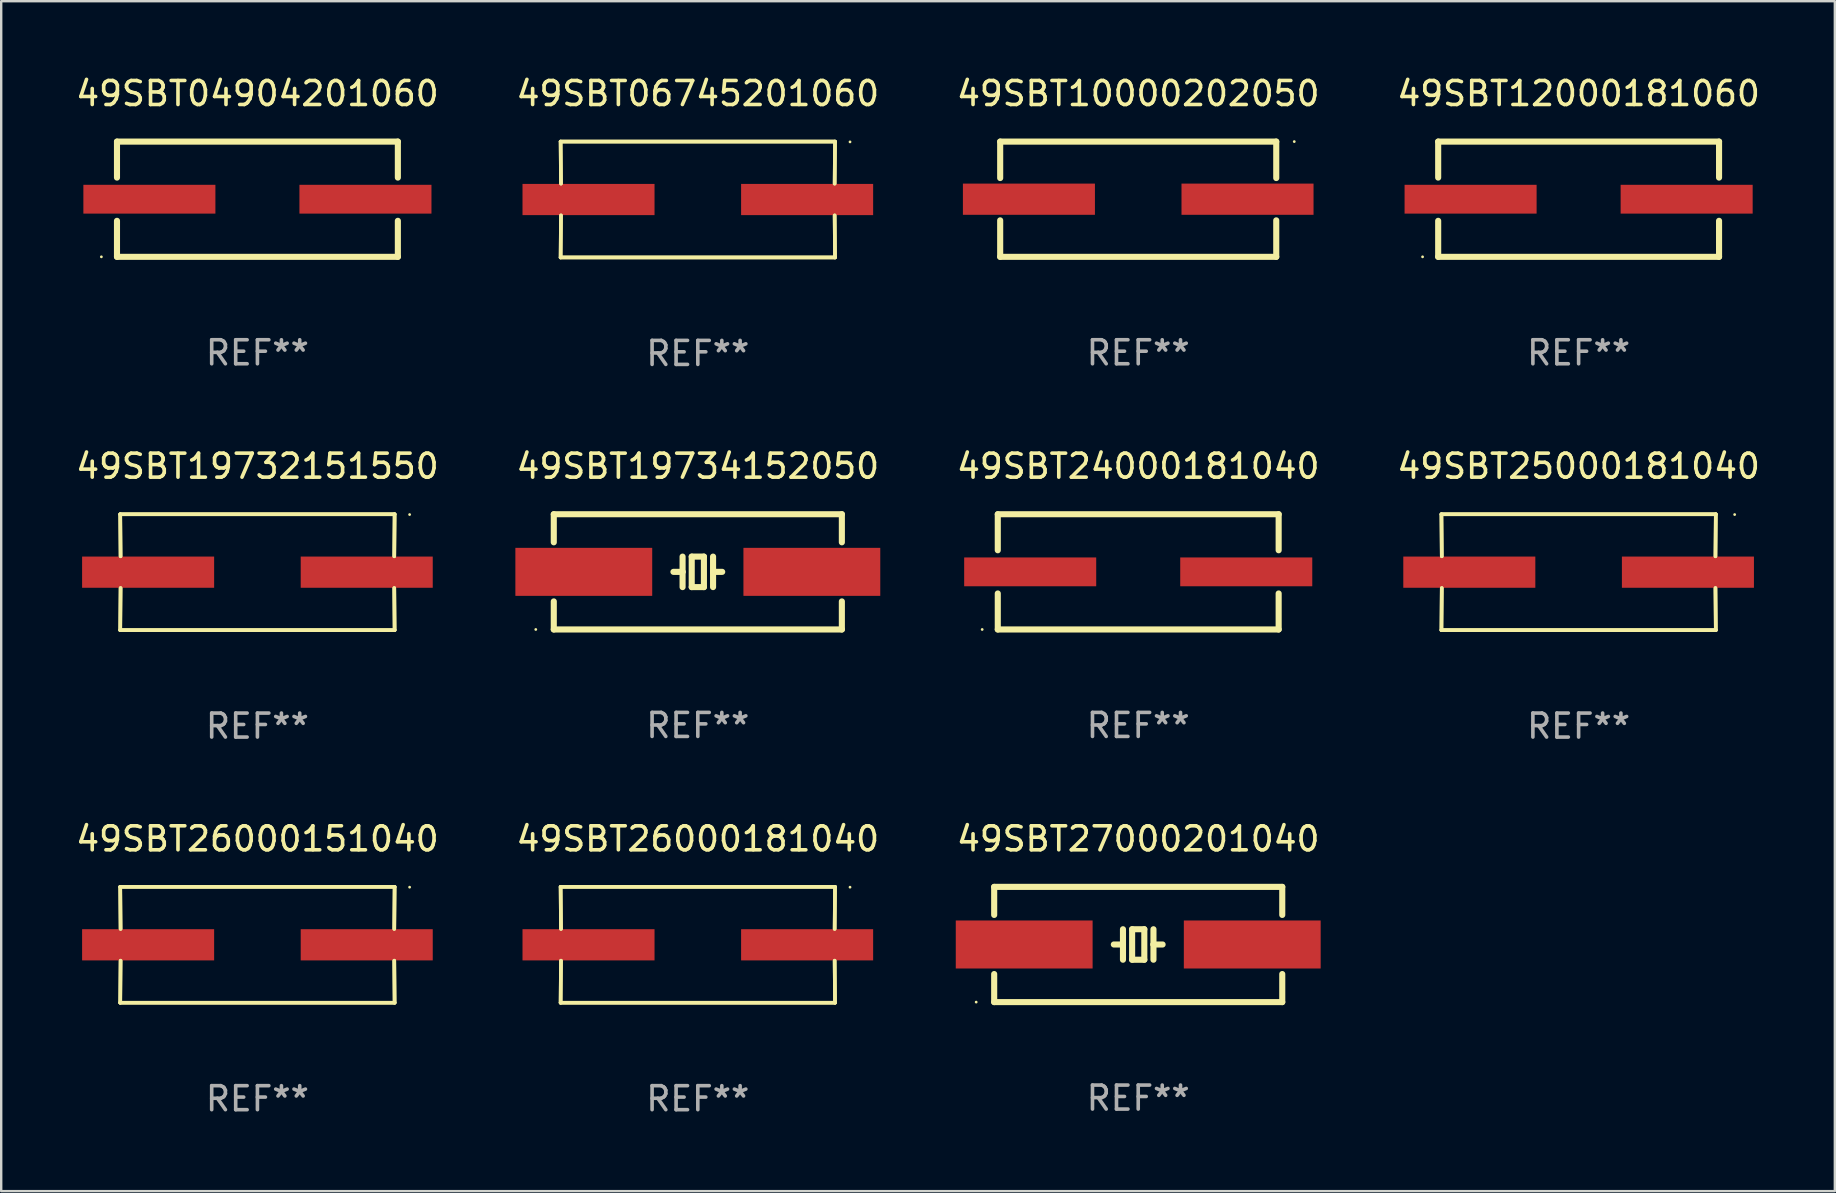
<source format=kicad_pcb>
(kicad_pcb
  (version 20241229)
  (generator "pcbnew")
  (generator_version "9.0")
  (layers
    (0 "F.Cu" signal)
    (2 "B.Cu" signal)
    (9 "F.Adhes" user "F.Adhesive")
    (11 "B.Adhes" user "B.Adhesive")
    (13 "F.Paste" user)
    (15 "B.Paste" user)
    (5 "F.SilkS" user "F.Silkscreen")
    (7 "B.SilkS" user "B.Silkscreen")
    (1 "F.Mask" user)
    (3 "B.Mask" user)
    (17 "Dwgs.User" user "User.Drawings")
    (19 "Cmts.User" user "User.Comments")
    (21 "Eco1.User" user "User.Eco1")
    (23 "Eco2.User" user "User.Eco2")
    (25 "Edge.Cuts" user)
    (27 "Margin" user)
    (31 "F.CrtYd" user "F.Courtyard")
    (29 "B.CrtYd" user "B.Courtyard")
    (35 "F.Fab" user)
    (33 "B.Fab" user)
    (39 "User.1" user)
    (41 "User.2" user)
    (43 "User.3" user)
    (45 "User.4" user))
  (footprint "49SBT26000151040"
    (layer "F.Cu")
    (at 7.673 36.306)
    (property "Reference" "49SBT26000151040" (at 0 -4.413 0) (layer "F.SilkS") (effects (font (size 1 1) (thickness 0.15))))
    (attr through_hole)
    (fp_line (start -5.715 -2.413) (end -5.7 -0.662) (stroke (width 0.152) (type solid)) (layer "F.SilkS"))
    (fp_line (start -5.715 -2.413) (end -5.7 -0.662) (stroke (width 0.152) (type solid)) (layer "F.SilkS"))
    (fp_line (start -5.715 2.413) (end 5.715 2.413) (stroke (width 0.152) (type solid)) (layer "F.SilkS"))
    (fp_line (start -5.715 2.413) (end 5.715 2.413) (stroke (width 0.152) (type solid)) (layer "F.SilkS"))
    (fp_line (start -5.7 0.662) (end -5.715 2.413) (stroke (width 0.152) (type solid)) (layer "F.SilkS"))
    (fp_line (start -5.7 0.662) (end -5.715 2.413) (stroke (width 0.152) (type solid)) (layer "F.SilkS"))
    (fp_line (start 5.7 -0.662) (end 5.715 -2.413) (stroke (width 0.152) (type solid)) (layer "F.SilkS"))
    (fp_line (start 5.7 -0.662) (end 5.715 -2.413) (stroke (width 0.152) (type solid)) (layer "F.SilkS"))
    (fp_line (start 5.715 -2.413) (end -5.715 -2.413) (stroke (width 0.152) (type solid)) (layer "F.SilkS"))
    (fp_line (start 5.715 -2.413) (end -5.715 -2.413) (stroke (width 0.152) (type solid)) (layer "F.SilkS"))
    (fp_line (start 5.715 2.413) (end 5.7 0.662) (stroke (width 0.152) (type solid)) (layer "F.SilkS"))
    (fp_line (start 5.715 2.413) (end 5.7 0.662) (stroke (width 0.152) (type solid)) (layer "F.SilkS"))
    (fp_circle (center 6.34 -2.4) (end 6.37 -2.4) (stroke (width 0.06) (type solid)) (fill no) (layer "F.SilkS"))
    (fp_text user "REF**" (at 0 6.413 0) (layer "F.Fab") (effects (font (size 1 1) (thickness 0.15))))
    (pad "1" smd rect (at 4.553 0) (size 5.5 1.3) (layers "F.Cu" "F.Mask" "F.Paste"))
    (pad "2" smd rect (at -4.553 0) (size 5.5 1.3) (layers "F.Cu" "F.Mask" "F.Paste")))
  (footprint "49SBT10000202050"
    (layer "F.Cu")
    (at 44.363 5.248)
    (property "Reference" "49SBT10000202050" (at 0 -4.4 0) (layer "F.SilkS") (effects (font (size 1 1) (thickness 0.15))))
    (attr through_hole)
    (fp_line (start -5.75 -2.4) (end 5.75 -2.4) (stroke (width 0.254) (type solid)) (layer "F.SilkS"))
    (fp_line (start -5.75 -0.881) (end -5.75 -2.4) (stroke (width 0.254) (type solid)) (layer "F.SilkS"))
    (fp_line (start -5.75 2.4) (end -5.75 0.881) (stroke (width 0.254) (type solid)) (layer "F.SilkS"))
    (fp_line (start 5.75 -2.4) (end 5.75 -0.881) (stroke (width 0.254) (type solid)) (layer "F.SilkS"))
    (fp_line (start 5.75 0.881) (end 5.75 2.4) (stroke (width 0.254) (type solid)) (layer "F.SilkS"))
    (fp_line (start 5.75 2.4) (end -5.75 2.4) (stroke (width 0.254) (type solid)) (layer "F.SilkS"))
    (fp_circle (center 6.5 -2.4) (end 6.53 -2.4) (stroke (width 0.06) (type solid)) (fill no) (layer "F.SilkS"))
    (fp_text user "REF**" (at 0 6.4 0) (layer "F.Fab") (effects (font (size 1 1) (thickness 0.15))))
    (pad "1" smd rect (at 4.553 -0.000025) (size 5.5 1.3) (layers "F.Cu" "F.Mask" "F.Paste"))
    (pad "2" smd rect (at -4.553 -0.000025) (size 5.5 1.3) (layers "F.Cu" "F.Mask" "F.Paste")))
  (footprint "49SBT12000181060"
    (layer "F.Cu")
    (at 62.708 5.248)
    (property "Reference" "49SBT12000181060" (at 0 -4.4 0) (layer "F.SilkS") (effects (font (size 1 1) (thickness 0.15))))
    (attr through_hole)
    (fp_line (start -5.85 -2.4) (end 5.85 -2.4) (stroke (width 0.254) (type solid)) (layer "F.SilkS"))
    (fp_line (start -5.85 -2.4) (end -5.85 -0.9) (stroke (width 0.254) (type solid)) (layer "F.SilkS"))
    (fp_line (start -5.85 2.4) (end 5.85 2.4) (stroke (width 0.254) (type solid)) (layer "F.SilkS"))
    (fp_line (start -5.85 0.9) (end -5.85 2.4) (stroke (width 0.254) (type solid)) (layer "F.SilkS"))
    (fp_line (start 5.85 -2.4) (end 5.85 -0.9) (stroke (width 0.254) (type solid)) (layer "F.SilkS"))
    (fp_line (start 5.85 0.9) (end 5.85 2.4) (stroke (width 0.254) (type solid)) (layer "F.SilkS"))
    (fp_circle (center -6.5 2.4) (end -6.47 2.4) (stroke (width 0.06) (type solid)) (fill no) (layer "F.SilkS"))
    (fp_text user "REF**" (at 0 6.4 0) (layer "F.Fab") (effects (font (size 1 1) (thickness 0.15))))
    (pad "1" smd rect (at -4.5 -0.000025) (size 5.5 1.2) (layers "F.Cu" "F.Mask" "F.Paste"))
    (pad "2" smd rect (at 4.5 -0.000025) (size 5.5 1.2) (layers "F.Cu" "F.Mask" "F.Paste")))
  (footprint "49SBT04904201060"
    (layer "F.Cu")
    (at 7.673 5.248)
    (property "Reference" "49SBT04904201060" (at 0 -4.4 0) (layer "F.SilkS") (effects (font (size 1 1) (thickness 0.15))))
    (attr through_hole)
    (fp_line (start -5.85 -2.4) (end 5.85 -2.4) (stroke (width 0.254) (type solid)) (layer "F.SilkS"))
    (fp_line (start -5.85 -2.4) (end -5.85 -0.9) (stroke (width 0.254) (type solid)) (layer "F.SilkS"))
    (fp_line (start -5.85 2.4) (end 5.85 2.4) (stroke (width 0.254) (type solid)) (layer "F.SilkS"))
    (fp_line (start -5.85 0.9) (end -5.85 2.4) (stroke (width 0.254) (type solid)) (layer "F.SilkS"))
    (fp_line (start 5.85 -2.4) (end 5.85 -0.9) (stroke (width 0.254) (type solid)) (layer "F.SilkS"))
    (fp_line (start 5.85 0.9) (end 5.85 2.4) (stroke (width 0.254) (type solid)) (layer "F.SilkS"))
    (fp_circle (center -6.5 2.4) (end -6.47 2.4) (stroke (width 0.06) (type solid)) (fill no) (layer "F.SilkS"))
    (fp_text user "REF**" (at 0 6.4 0) (layer "F.Fab") (effects (font (size 1 1) (thickness 0.15))))
    (pad "1" smd rect (at -4.5 -0.000025) (size 5.5 1.2) (layers "F.Cu" "F.Mask" "F.Paste"))
    (pad "2" smd rect (at 4.5 -0.000025) (size 5.5 1.2) (layers "F.Cu" "F.Mask" "F.Paste")))
  (footprint "49SBT06745201060"
    (layer "F.Cu")
    (at 26.018 5.261)
    (property "Reference" "49SBT06745201060" (at 0 -4.413 0) (layer "F.SilkS") (effects (font (size 1 1) (thickness 0.15))))
    (attr through_hole)
    (fp_line (start -5.715 -2.413) (end -5.7 -0.662) (stroke (width 0.152) (type solid)) (layer "F.SilkS"))
    (fp_line (start -5.715 -2.413) (end -5.7 -0.662) (stroke (width 0.152) (type solid)) (layer "F.SilkS"))
    (fp_line (start -5.715 2.413) (end 5.715 2.413) (stroke (width 0.152) (type solid)) (layer "F.SilkS"))
    (fp_line (start -5.715 2.413) (end 5.715 2.413) (stroke (width 0.152) (type solid)) (layer "F.SilkS"))
    (fp_line (start -5.7 0.662) (end -5.715 2.413) (stroke (width 0.152) (type solid)) (layer "F.SilkS"))
    (fp_line (start -5.7 0.662) (end -5.715 2.413) (stroke (width 0.152) (type solid)) (layer "F.SilkS"))
    (fp_line (start 5.7 -0.662) (end 5.715 -2.413) (stroke (width 0.152) (type solid)) (layer "F.SilkS"))
    (fp_line (start 5.7 -0.662) (end 5.715 -2.413) (stroke (width 0.152) (type solid)) (layer "F.SilkS"))
    (fp_line (start 5.715 -2.413) (end -5.715 -2.413) (stroke (width 0.152) (type solid)) (layer "F.SilkS"))
    (fp_line (start 5.715 -2.413) (end -5.715 -2.413) (stroke (width 0.152) (type solid)) (layer "F.SilkS"))
    (fp_line (start 5.715 2.413) (end 5.7 0.662) (stroke (width 0.152) (type solid)) (layer "F.SilkS"))
    (fp_line (start 5.715 2.413) (end 5.7 0.662) (stroke (width 0.152) (type solid)) (layer "F.SilkS"))
    (fp_circle (center 6.34 -2.4) (end 6.37 -2.4) (stroke (width 0.06) (type solid)) (fill no) (layer "F.SilkS"))
    (fp_text user "REF**" (at 0 6.413 0) (layer "F.Fab") (effects (font (size 1 1) (thickness 0.15))))
    (pad "1" smd rect (at 4.553 0) (size 5.5 1.3) (layers "F.Cu" "F.Mask" "F.Paste"))
    (pad "2" smd rect (at -4.553 0) (size 5.5 1.3) (layers "F.Cu" "F.Mask" "F.Paste")))
  (footprint "49SBT19732151550"
    (layer "F.Cu")
    (at 7.673 20.784)
    (property "Reference" "49SBT19732151550" (at 0 -4.413 0) (layer "F.SilkS") (effects (font (size 1 1) (thickness 0.15))))
    (attr through_hole)
    (fp_line (start -5.715 -2.413) (end -5.7 -0.662) (stroke (width 0.152) (type solid)) (layer "F.SilkS"))
    (fp_line (start -5.715 -2.413) (end -5.7 -0.662) (stroke (width 0.152) (type solid)) (layer "F.SilkS"))
    (fp_line (start -5.715 2.413) (end 5.715 2.413) (stroke (width 0.152) (type solid)) (layer "F.SilkS"))
    (fp_line (start -5.715 2.413) (end 5.715 2.413) (stroke (width 0.152) (type solid)) (layer "F.SilkS"))
    (fp_line (start -5.7 0.662) (end -5.715 2.413) (stroke (width 0.152) (type solid)) (layer "F.SilkS"))
    (fp_line (start -5.7 0.662) (end -5.715 2.413) (stroke (width 0.152) (type solid)) (layer "F.SilkS"))
    (fp_line (start 5.7 -0.662) (end 5.715 -2.413) (stroke (width 0.152) (type solid)) (layer "F.SilkS"))
    (fp_line (start 5.7 -0.662) (end 5.715 -2.413) (stroke (width 0.152) (type solid)) (layer "F.SilkS"))
    (fp_line (start 5.715 -2.413) (end -5.715 -2.413) (stroke (width 0.152) (type solid)) (layer "F.SilkS"))
    (fp_line (start 5.715 -2.413) (end -5.715 -2.413) (stroke (width 0.152) (type solid)) (layer "F.SilkS"))
    (fp_line (start 5.715 2.413) (end 5.7 0.662) (stroke (width 0.152) (type solid)) (layer "F.SilkS"))
    (fp_line (start 5.715 2.413) (end 5.7 0.662) (stroke (width 0.152) (type solid)) (layer "F.SilkS"))
    (fp_circle (center 6.34 -2.4) (end 6.37 -2.4) (stroke (width 0.06) (type solid)) (fill no) (layer "F.SilkS"))
    (fp_text user "REF**" (at 0 6.413 0) (layer "F.Fab") (effects (font (size 1 1) (thickness 0.15))))
    (pad "1" smd rect (at 4.553 0) (size 5.5 1.3) (layers "F.Cu" "F.Mask" "F.Paste"))
    (pad "2" smd rect (at -4.553 0) (size 5.5 1.3) (layers "F.Cu" "F.Mask" "F.Paste")))
  (footprint "49SBT25000181040"
    (layer "F.Cu")
    (at 62.708 20.784)
    (property "Reference" "49SBT25000181040" (at 0 -4.413 0) (layer "F.SilkS") (effects (font (size 1 1) (thickness 0.15))))
    (attr through_hole)
    (fp_line (start -5.715 -2.413) (end -5.7 -0.662) (stroke (width 0.152) (type solid)) (layer "F.SilkS"))
    (fp_line (start -5.715 -2.413) (end -5.7 -0.662) (stroke (width 0.152) (type solid)) (layer "F.SilkS"))
    (fp_line (start -5.715 2.413) (end 5.715 2.413) (stroke (width 0.152) (type solid)) (layer "F.SilkS"))
    (fp_line (start -5.715 2.413) (end 5.715 2.413) (stroke (width 0.152) (type solid)) (layer "F.SilkS"))
    (fp_line (start -5.7 0.662) (end -5.715 2.413) (stroke (width 0.152) (type solid)) (layer "F.SilkS"))
    (fp_line (start -5.7 0.662) (end -5.715 2.413) (stroke (width 0.152) (type solid)) (layer "F.SilkS"))
    (fp_line (start 5.7 -0.662) (end 5.715 -2.413) (stroke (width 0.152) (type solid)) (layer "F.SilkS"))
    (fp_line (start 5.7 -0.662) (end 5.715 -2.413) (stroke (width 0.152) (type solid)) (layer "F.SilkS"))
    (fp_line (start 5.715 -2.413) (end -5.715 -2.413) (stroke (width 0.152) (type solid)) (layer "F.SilkS"))
    (fp_line (start 5.715 -2.413) (end -5.715 -2.413) (stroke (width 0.152) (type solid)) (layer "F.SilkS"))
    (fp_line (start 5.715 2.413) (end 5.7 0.662) (stroke (width 0.152) (type solid)) (layer "F.SilkS"))
    (fp_line (start 5.715 2.413) (end 5.7 0.662) (stroke (width 0.152) (type solid)) (layer "F.SilkS"))
    (fp_circle (center 6.5 -2.4) (end 6.53 -2.4) (stroke (width 0.06) (type solid)) (fill no) (layer "F.SilkS"))
    (fp_text user "REF**" (at 0 6.413 0) (layer "F.Fab") (effects (font (size 1 1) (thickness 0.15))))
    (pad "1" smd rect (at 4.553 0) (size 5.5 1.3) (layers "F.Cu" "F.Mask" "F.Paste"))
    (pad "2" smd rect (at -4.553 0) (size 5.5 1.3) (layers "F.Cu" "F.Mask" "F.Paste")))
  (footprint "49SBT27000201040"
    (layer "F.Cu")
    (at 44.363 36.293)
    (property "Reference" "49SBT27000201040" (at 0 -4.4 0) (layer "F.SilkS") (effects (font (size 1 1) (thickness 0.15))))
    (attr through_hole)
    (fp_line (start -6 -2.4) (end -6 -1.231) (stroke (width 0.254) (type solid)) (layer "F.SilkS"))
    (fp_line (start -6 -2.4) (end 6 -2.4) (stroke (width 0.254) (type solid)) (layer "F.SilkS"))
    (fp_line (start -6 1.231) (end -6 2.4) (stroke (width 0.254) (type solid)) (layer "F.SilkS"))
    (fp_line (start -6 2.4) (end 6 2.4) (stroke (width 0.254) (type solid)) (layer "F.SilkS"))
    (fp_line (start -0.635 -0.635) (end -0.635 0) (stroke (width 0.254) (type solid)) (layer "F.SilkS"))
    (fp_line (start -0.635 0) (end -1.016 0) (stroke (width 0.254) (type solid)) (layer "F.SilkS"))
    (fp_line (start -0.635 0) (end -0.635 0.635) (stroke (width 0.254) (type solid)) (layer "F.SilkS"))
    (fp_line (start -0.254 -0.635) (end -0.254 0.635) (stroke (width 0.254) (type solid)) (layer "F.SilkS"))
    (fp_line (start -0.254 0.635) (end 0.254 0.635) (stroke (width 0.254) (type solid)) (layer "F.SilkS"))
    (fp_line (start 0.254 -0.635) (end -0.254 -0.635) (stroke (width 0.254) (type solid)) (layer "F.SilkS"))
    (fp_line (start 0.254 0.635) (end 0.254 -0.635) (stroke (width 0.254) (type solid)) (layer "F.SilkS"))
    (fp_line (start 0.635 -0.635) (end 0.635 0) (stroke (width 0.254) (type solid)) (layer "F.SilkS"))
    (fp_line (start 0.635 0) (end 0.635 0.635) (stroke (width 0.254) (type solid)) (layer "F.SilkS"))
    (fp_line (start 0.635 0) (end 1.016 0) (stroke (width 0.254) (type solid)) (layer "F.SilkS"))
    (fp_line (start 6 -2.4) (end 6 -1.231) (stroke (width 0.254) (type solid)) (layer "F.SilkS"))
    (fp_line (start 6 1.231) (end 6 2.4) (stroke (width 0.254) (type solid)) (layer "F.SilkS"))
    (fp_circle (center -6.75 2.4) (end -6.72 2.4) (stroke (width 0.06) (type solid)) (fill no) (layer "F.SilkS"))
    (fp_text user "REF**" (at 0 6.4 0) (layer "F.Fab") (effects (font (size 1 1) (thickness 0.15))))
    (pad "1" smd rect (at -4.75 0) (size 5.7 2) (layers "F.Cu" "F.Mask" "F.Paste"))
    (pad "2" smd rect (at 4.75 0) (size 5.7 2) (layers "F.Cu" "F.Mask" "F.Paste")))
  (footprint "49SBT24000181040"
    (layer "F.Cu")
    (at 44.363 20.771)
    (property "Reference" "49SBT24000181040" (at 0 -4.4 0) (layer "F.SilkS") (effects (font (size 1 1) (thickness 0.15))))
    (attr through_hole)
    (fp_line (start -5.85 -2.4) (end 5.85 -2.4) (stroke (width 0.254) (type solid)) (layer "F.SilkS"))
    (fp_line (start -5.85 -2.4) (end -5.85 -0.9) (stroke (width 0.254) (type solid)) (layer "F.SilkS"))
    (fp_line (start -5.85 2.4) (end 5.85 2.4) (stroke (width 0.254) (type solid)) (layer "F.SilkS"))
    (fp_line (start -5.85 0.9) (end -5.85 2.4) (stroke (width 0.254) (type solid)) (layer "F.SilkS"))
    (fp_line (start 5.85 -2.4) (end 5.85 -0.9) (stroke (width 0.254) (type solid)) (layer "F.SilkS"))
    (fp_line (start 5.85 0.9) (end 5.85 2.4) (stroke (width 0.254) (type solid)) (layer "F.SilkS"))
    (fp_circle (center -6.5 2.4) (end -6.47 2.4) (stroke (width 0.06) (type solid)) (fill no) (layer "F.SilkS"))
    (fp_text user "REF**" (at 0 6.4 0) (layer "F.Fab") (effects (font (size 1 1) (thickness 0.15))))
    (pad "1" smd rect (at -4.5 -0.000025) (size 5.5 1.2) (layers "F.Cu" "F.Mask" "F.Paste"))
    (pad "2" smd rect (at 4.5 -0.000025) (size 5.5 1.2) (layers "F.Cu" "F.Mask" "F.Paste")))
  (footprint "49SBT26000181040"
    (layer "F.Cu")
    (at 26.018 36.306)
    (property "Reference" "49SBT26000181040" (at 0 -4.413 0) (layer "F.SilkS") (effects (font (size 1 1) (thickness 0.15))))
    (attr through_hole)
    (fp_line (start -5.715 -2.413) (end -5.7 -0.662) (stroke (width 0.152) (type solid)) (layer "F.SilkS"))
    (fp_line (start -5.715 -2.413) (end -5.7 -0.662) (stroke (width 0.152) (type solid)) (layer "F.SilkS"))
    (fp_line (start -5.715 2.413) (end 5.715 2.413) (stroke (width 0.152) (type solid)) (layer "F.SilkS"))
    (fp_line (start -5.715 2.413) (end 5.715 2.413) (stroke (width 0.152) (type solid)) (layer "F.SilkS"))
    (fp_line (start -5.7 0.662) (end -5.715 2.413) (stroke (width 0.152) (type solid)) (layer "F.SilkS"))
    (fp_line (start -5.7 0.662) (end -5.715 2.413) (stroke (width 0.152) (type solid)) (layer "F.SilkS"))
    (fp_line (start 5.7 -0.662) (end 5.715 -2.413) (stroke (width 0.152) (type solid)) (layer "F.SilkS"))
    (fp_line (start 5.7 -0.662) (end 5.715 -2.413) (stroke (width 0.152) (type solid)) (layer "F.SilkS"))
    (fp_line (start 5.715 -2.413) (end -5.715 -2.413) (stroke (width 0.152) (type solid)) (layer "F.SilkS"))
    (fp_line (start 5.715 -2.413) (end -5.715 -2.413) (stroke (width 0.152) (type solid)) (layer "F.SilkS"))
    (fp_line (start 5.715 2.413) (end 5.7 0.662) (stroke (width 0.152) (type solid)) (layer "F.SilkS"))
    (fp_line (start 5.715 2.413) (end 5.7 0.662) (stroke (width 0.152) (type solid)) (layer "F.SilkS"))
    (fp_circle (center 6.34 -2.4) (end 6.37 -2.4) (stroke (width 0.06) (type solid)) (fill no) (layer "F.SilkS"))
    (fp_text user "REF**" (at 0 6.413 0) (layer "F.Fab") (effects (font (size 1 1) (thickness 0.15))))
    (pad "1" smd rect (at 4.553 0) (size 5.5 1.3) (layers "F.Cu" "F.Mask" "F.Paste"))
    (pad "2" smd rect (at -4.553 0) (size 5.5 1.3) (layers "F.Cu" "F.Mask" "F.Paste")))
  (footprint "49SBT19734152050"
    (layer "F.Cu")
    (at 26.018 20.771)
    (property "Reference" "49SBT19734152050" (at 0 -4.4 0) (layer "F.SilkS") (effects (font (size 1 1) (thickness 0.15))))
    (attr through_hole)
    (fp_line (start -6 -2.4) (end -6 -1.231) (stroke (width 0.254) (type solid)) (layer "F.SilkS"))
    (fp_line (start -6 -2.4) (end 6 -2.4) (stroke (width 0.254) (type solid)) (layer "F.SilkS"))
    (fp_line (start -6 1.231) (end -6 2.4) (stroke (width 0.254) (type solid)) (layer "F.SilkS"))
    (fp_line (start -6 2.4) (end 6 2.4) (stroke (width 0.254) (type solid)) (layer "F.SilkS"))
    (fp_line (start -0.635 -0.635) (end -0.635 0) (stroke (width 0.254) (type solid)) (layer "F.SilkS"))
    (fp_line (start -0.635 0) (end -1.016 0) (stroke (width 0.254) (type solid)) (layer "F.SilkS"))
    (fp_line (start -0.635 0) (end -0.635 0.635) (stroke (width 0.254) (type solid)) (layer "F.SilkS"))
    (fp_line (start -0.254 -0.635) (end -0.254 0.635) (stroke (width 0.254) (type solid)) (layer "F.SilkS"))
    (fp_line (start -0.254 0.635) (end 0.254 0.635) (stroke (width 0.254) (type solid)) (layer "F.SilkS"))
    (fp_line (start 0.254 -0.635) (end -0.254 -0.635) (stroke (width 0.254) (type solid)) (layer "F.SilkS"))
    (fp_line (start 0.254 0.635) (end 0.254 -0.635) (stroke (width 0.254) (type solid)) (layer "F.SilkS"))
    (fp_line (start 0.635 -0.635) (end 0.635 0) (stroke (width 0.254) (type solid)) (layer "F.SilkS"))
    (fp_line (start 0.635 0) (end 0.635 0.635) (stroke (width 0.254) (type solid)) (layer "F.SilkS"))
    (fp_line (start 0.635 0) (end 1.016 0) (stroke (width 0.254) (type solid)) (layer "F.SilkS"))
    (fp_line (start 6 -2.4) (end 6 -1.231) (stroke (width 0.254) (type solid)) (layer "F.SilkS"))
    (fp_line (start 6 1.231) (end 6 2.4) (stroke (width 0.254) (type solid)) (layer "F.SilkS"))
    (fp_circle (center -6.75 2.4) (end -6.72 2.4) (stroke (width 0.06) (type solid)) (fill no) (layer "F.SilkS"))
    (fp_text user "REF**" (at 0 6.4 0) (layer "F.Fab") (effects (font (size 1 1) (thickness 0.15))))
    (pad "1" smd rect (at -4.75 0) (size 5.7 2) (layers "F.Cu" "F.Mask" "F.Paste"))
    (pad "2" smd rect (at 4.75 0) (size 5.7 2) (layers "F.Cu" "F.Mask" "F.Paste")))
  (gr_rect
    (start -3 -3)
    (end 73.381 46.568)
    (stroke (width 0.1) (type default))
    (fill no)
    (layer "Edge.Cuts")))
</source>
